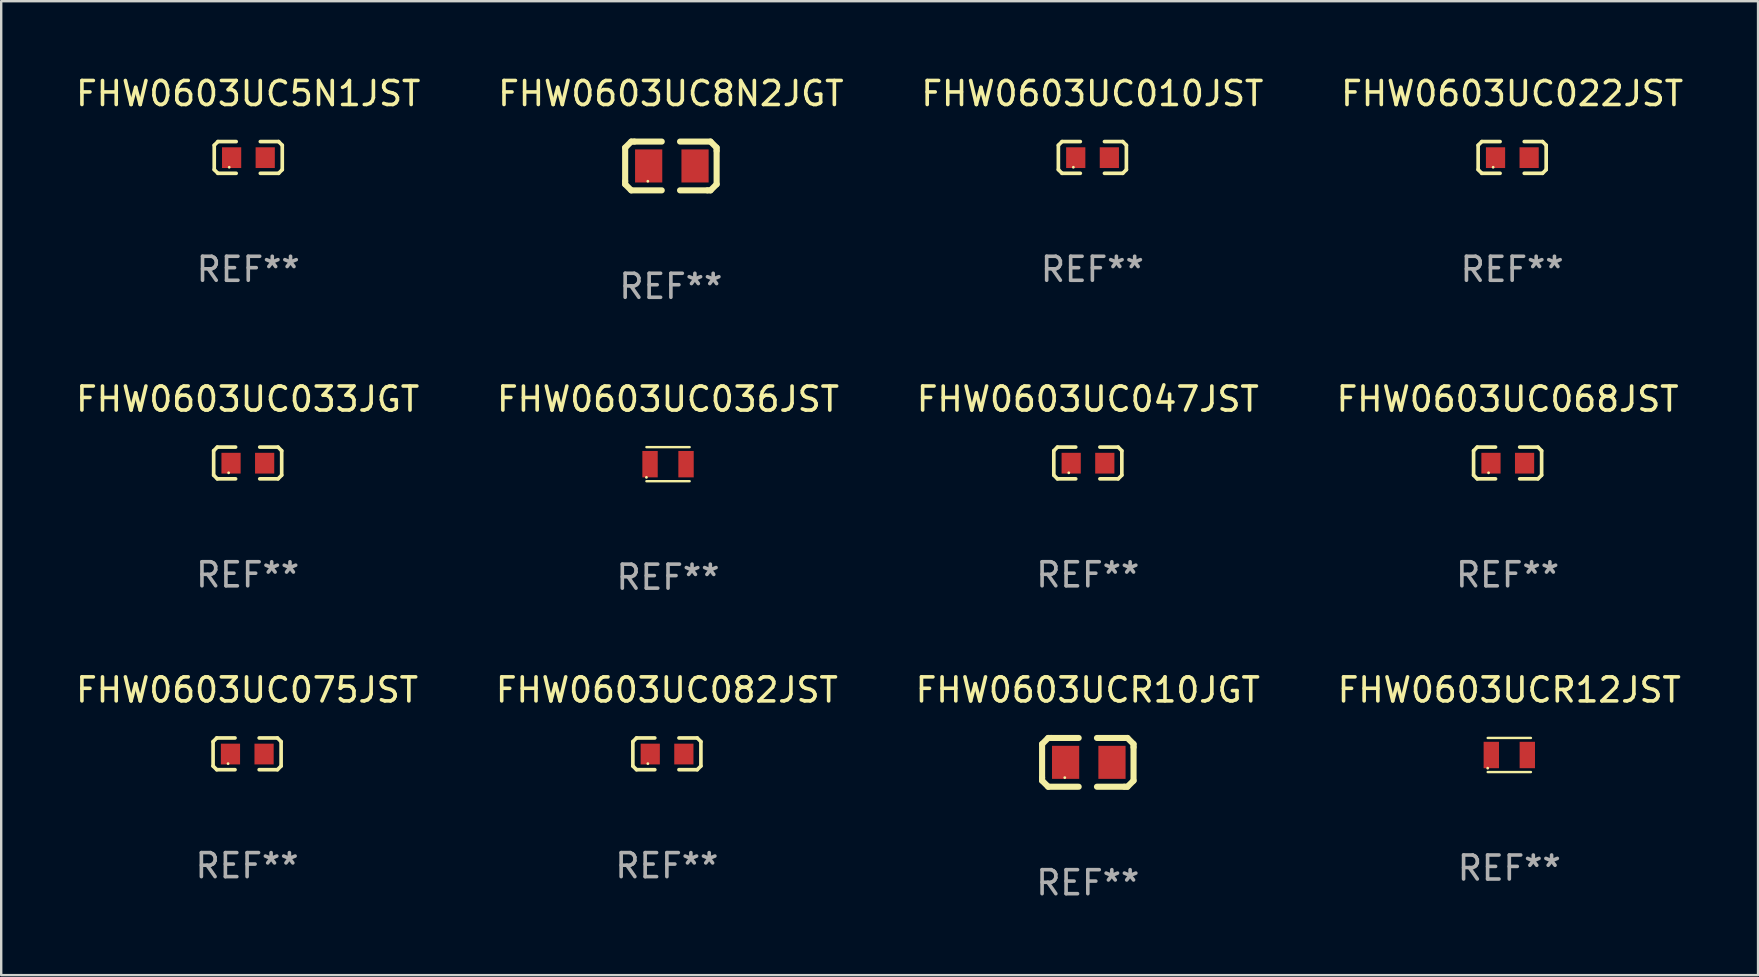
<source format=kicad_pcb>
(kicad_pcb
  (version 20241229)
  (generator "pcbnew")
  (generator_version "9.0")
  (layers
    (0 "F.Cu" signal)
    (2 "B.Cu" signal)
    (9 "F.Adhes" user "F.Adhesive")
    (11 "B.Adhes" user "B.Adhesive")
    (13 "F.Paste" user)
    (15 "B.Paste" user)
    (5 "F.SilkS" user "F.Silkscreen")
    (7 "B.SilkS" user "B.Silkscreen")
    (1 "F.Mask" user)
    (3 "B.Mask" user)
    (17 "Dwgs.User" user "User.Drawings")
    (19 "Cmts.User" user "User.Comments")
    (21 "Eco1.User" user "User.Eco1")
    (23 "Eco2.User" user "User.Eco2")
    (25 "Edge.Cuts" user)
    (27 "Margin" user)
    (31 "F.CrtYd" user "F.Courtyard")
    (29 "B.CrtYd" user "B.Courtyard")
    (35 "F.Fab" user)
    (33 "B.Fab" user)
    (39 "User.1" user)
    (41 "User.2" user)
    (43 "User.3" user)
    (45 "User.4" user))
  (footprint "FHW0603UC036JST"
    (layer "F.Cu")
    (at 24.78 16.287)
    (property "Reference" "FHW0603UC036JST" (at 0 -2.71 0) (layer "F.SilkS") (effects (font (size 1 1) (thickness 0.15))))
    (attr through_hole)
    (fp_line (start -0.9 -0.71) (end 0.9 -0.71) (stroke (width 0.1) (type solid)) (layer "F.SilkS"))
    (fp_line (start 0.9 0.71) (end -0.9 0.71) (stroke (width 0.1) (type solid)) (layer "F.SilkS"))
    (fp_circle (center -0.9 0.55) (end -0.87 0.55) (stroke (width 0.06) (type solid)) (fill no) (layer "F.SilkS"))
    (fp_text user "REF**" (at 0 4.71 0) (layer "F.Fab") (effects (font (size 1 1) (thickness 0.15))))
    (pad "1" smd rect (at -0.75 0) (size 0.64 1.1) (layers "F.Cu" "F.Mask" "F.Paste"))
    (pad "2" smd rect (at 0.75 0) (size 0.64 1.1) (layers "F.Cu" "F.Mask" "F.Paste")))
  (footprint "FHW0603UC010JST"
    (layer "F.Cu")
    (at 42.458 3.509)
    (property "Reference" "FHW0603UC010JST" (at 0 -2.661 0) (layer "F.SilkS") (effects (font (size 1 1) (thickness 0.15))))
    (attr through_hole)
    (fp_line (start -1.417 -0.508) (end -1.265 -0.661) (stroke (width 0.152) (type solid)) (layer "F.SilkS"))
    (fp_line (start -1.417 0.508) (end -1.417 -0.508) (stroke (width 0.152) (type solid)) (layer "F.SilkS"))
    (fp_line (start -1.265 -0.661) (end -0.503 -0.661) (stroke (width 0.152) (type solid)) (layer "F.SilkS"))
    (fp_line (start -1.265 0.661) (end -1.417 0.508) (stroke (width 0.152) (type solid)) (layer "F.SilkS"))
    (fp_line (start -1.265 0.661) (end -0.503 0.661) (stroke (width 0.152) (type solid)) (layer "F.SilkS"))
    (fp_line (start 1.265 -0.661) (end 0.503 -0.661) (stroke (width 0.152) (type solid)) (layer "F.SilkS"))
    (fp_line (start 1.265 -0.661) (end 1.417 -0.508) (stroke (width 0.152) (type solid)) (layer "F.SilkS"))
    (fp_line (start 1.265 0.661) (end 0.503 0.661) (stroke (width 0.152) (type solid)) (layer "F.SilkS"))
    (fp_line (start 1.417 -0.508) (end 1.417 0.508) (stroke (width 0.152) (type solid)) (layer "F.SilkS"))
    (fp_line (start 1.417 0.508) (end 1.265 0.661) (stroke (width 0.152) (type solid)) (layer "F.SilkS"))
    (fp_circle (center -0.793 0.409) (end -0.763 0.409) (stroke (width 0.06) (type solid)) (fill no) (layer "F.SilkS"))
    (fp_text user "REF**" (at 0 4.661 0) (layer "F.Fab") (effects (font (size 1 1) (thickness 0.15))))
    (pad "1" smd rect (at -0.693 0.009 180) (size 0.8 0.864) (layers "F.Cu" "F.Mask" "F.Paste"))
    (pad "2" smd rect (at 0.707 0.009 180) (size 0.8 0.864) (layers "F.Cu" "F.Mask" "F.Paste")))
  (footprint "FHW0603UC033JGT"
    (layer "F.Cu")
    (at 7.268 16.237)
    (property "Reference" "FHW0603UC033JGT" (at 0 -2.661 0) (layer "F.SilkS") (effects (font (size 1 1) (thickness 0.15))))
    (attr through_hole)
    (fp_line (start -1.417 -0.508) (end -1.265 -0.661) (stroke (width 0.152) (type solid)) (layer "F.SilkS"))
    (fp_line (start -1.417 0.508) (end -1.417 -0.508) (stroke (width 0.152) (type solid)) (layer "F.SilkS"))
    (fp_line (start -1.265 -0.661) (end -0.503 -0.661) (stroke (width 0.152) (type solid)) (layer "F.SilkS"))
    (fp_line (start -1.265 0.661) (end -1.417 0.508) (stroke (width 0.152) (type solid)) (layer "F.SilkS"))
    (fp_line (start -1.265 0.661) (end -0.503 0.661) (stroke (width 0.152) (type solid)) (layer "F.SilkS"))
    (fp_line (start 1.265 -0.661) (end 0.503 -0.661) (stroke (width 0.152) (type solid)) (layer "F.SilkS"))
    (fp_line (start 1.265 -0.661) (end 1.417 -0.508) (stroke (width 0.152) (type solid)) (layer "F.SilkS"))
    (fp_line (start 1.265 0.661) (end 0.503 0.661) (stroke (width 0.152) (type solid)) (layer "F.SilkS"))
    (fp_line (start 1.417 -0.508) (end 1.417 0.508) (stroke (width 0.152) (type solid)) (layer "F.SilkS"))
    (fp_line (start 1.417 0.508) (end 1.265 0.661) (stroke (width 0.152) (type solid)) (layer "F.SilkS"))
    (fp_circle (center -0.793 0.409) (end -0.763 0.409) (stroke (width 0.06) (type solid)) (fill no) (layer "F.SilkS"))
    (fp_text user "REF**" (at 0 4.661 0) (layer "F.Fab") (effects (font (size 1 1) (thickness 0.15))))
    (pad "1" smd rect (at -0.693 0.009 180) (size 0.8 0.864) (layers "F.Cu" "F.Mask" "F.Paste"))
    (pad "2" smd rect (at 0.707 0.009 180) (size 0.8 0.864) (layers "F.Cu" "F.Mask" "F.Paste")))
  (footprint "FHW0603UC075JST"
    (layer "F.Cu")
    (at 7.244 28.354)
    (property "Reference" "FHW0603UC075JST" (at 0 -2.661 0) (layer "F.SilkS") (effects (font (size 1 1) (thickness 0.15))))
    (attr through_hole)
    (fp_line (start -1.417 -0.508) (end -1.265 -0.661) (stroke (width 0.152) (type solid)) (layer "F.SilkS"))
    (fp_line (start -1.417 0.508) (end -1.417 -0.508) (stroke (width 0.152) (type solid)) (layer "F.SilkS"))
    (fp_line (start -1.265 -0.661) (end -0.503 -0.661) (stroke (width 0.152) (type solid)) (layer "F.SilkS"))
    (fp_line (start -1.265 0.661) (end -1.417 0.508) (stroke (width 0.152) (type solid)) (layer "F.SilkS"))
    (fp_line (start -1.265 0.661) (end -0.503 0.661) (stroke (width 0.152) (type solid)) (layer "F.SilkS"))
    (fp_line (start 1.265 -0.661) (end 0.503 -0.661) (stroke (width 0.152) (type solid)) (layer "F.SilkS"))
    (fp_line (start 1.265 -0.661) (end 1.417 -0.508) (stroke (width 0.152) (type solid)) (layer "F.SilkS"))
    (fp_line (start 1.265 0.661) (end 0.503 0.661) (stroke (width 0.152) (type solid)) (layer "F.SilkS"))
    (fp_line (start 1.417 -0.508) (end 1.417 0.508) (stroke (width 0.152) (type solid)) (layer "F.SilkS"))
    (fp_line (start 1.417 0.508) (end 1.265 0.661) (stroke (width 0.152) (type solid)) (layer "F.SilkS"))
    (fp_circle (center -0.793 0.409) (end -0.763 0.409) (stroke (width 0.06) (type solid)) (fill no) (layer "F.SilkS"))
    (fp_text user "REF**" (at 0 4.661 0) (layer "F.Fab") (effects (font (size 1 1) (thickness 0.15))))
    (pad "1" smd rect (at -0.693 0.009 180) (size 0.8 0.864) (layers "F.Cu" "F.Mask" "F.Paste"))
    (pad "2" smd rect (at 0.707 0.009 180) (size 0.8 0.864) (layers "F.Cu" "F.Mask" "F.Paste")))
  (footprint "FHW0603UC5N1JST"
    (layer "F.Cu")
    (at 7.292 3.509)
    (property "Reference" "FHW0603UC5N1JST" (at 0 -2.661 0) (layer "F.SilkS") (effects (font (size 1 1) (thickness 0.15))))
    (attr through_hole)
    (fp_line (start -1.417 -0.508) (end -1.265 -0.661) (stroke (width 0.152) (type solid)) (layer "F.SilkS"))
    (fp_line (start -1.417 0.508) (end -1.417 -0.508) (stroke (width 0.152) (type solid)) (layer "F.SilkS"))
    (fp_line (start -1.265 -0.661) (end -0.503 -0.661) (stroke (width 0.152) (type solid)) (layer "F.SilkS"))
    (fp_line (start -1.265 0.661) (end -1.417 0.508) (stroke (width 0.152) (type solid)) (layer "F.SilkS"))
    (fp_line (start -1.265 0.661) (end -0.503 0.661) (stroke (width 0.152) (type solid)) (layer "F.SilkS"))
    (fp_line (start 1.265 -0.661) (end 0.503 -0.661) (stroke (width 0.152) (type solid)) (layer "F.SilkS"))
    (fp_line (start 1.265 -0.661) (end 1.417 -0.508) (stroke (width 0.152) (type solid)) (layer "F.SilkS"))
    (fp_line (start 1.265 0.661) (end 0.503 0.661) (stroke (width 0.152) (type solid)) (layer "F.SilkS"))
    (fp_line (start 1.417 -0.508) (end 1.417 0.508) (stroke (width 0.152) (type solid)) (layer "F.SilkS"))
    (fp_line (start 1.417 0.508) (end 1.265 0.661) (stroke (width 0.152) (type solid)) (layer "F.SilkS"))
    (fp_circle (center -0.793 0.409) (end -0.763 0.409) (stroke (width 0.06) (type solid)) (fill no) (layer "F.SilkS"))
    (fp_text user "REF**" (at 0 4.661 0) (layer "F.Fab") (effects (font (size 1 1) (thickness 0.15))))
    (pad "1" smd rect (at -0.693 0.009 180) (size 0.8 0.864) (layers "F.Cu" "F.Mask" "F.Paste"))
    (pad "2" smd rect (at 0.707 0.009 180) (size 0.8 0.864) (layers "F.Cu" "F.Mask" "F.Paste")))
  (footprint "FHW0603UC8N2JGT"
    (layer "F.Cu")
    (at 24.899 3.864)
    (property "Reference" "FHW0603UC8N2JGT" (at 0 -3.016 0) (layer "F.SilkS") (effects (font (size 1 1) (thickness 0.15))))
    (attr through_hole)
    (fp_line (start -1.905 -0.762) (end -1.905 0.635) (stroke (width 0.254) (type solid)) (layer "F.SilkS"))
    (fp_line (start -1.905 0.635) (end -1.905 0.762) (stroke (width 0.254) (type solid)) (layer "F.SilkS"))
    (fp_line (start -1.905 0.762) (end -1.651 1.016) (stroke (width 0.254) (type solid)) (layer "F.SilkS"))
    (fp_line (start -1.651 -1.016) (end -1.905 -0.762) (stroke (width 0.254) (type solid)) (layer "F.SilkS"))
    (fp_line (start -1.651 1.016) (end -0.381 1.016) (stroke (width 0.254) (type solid)) (layer "F.SilkS"))
    (fp_line (start -1.524 -1.016) (end -1.651 -1.016) (stroke (width 0.254) (type solid)) (layer "F.SilkS"))
    (fp_line (start -0.381 -1.016) (end -1.524 -1.016) (stroke (width 0.254) (type solid)) (layer "F.SilkS"))
    (fp_line (start 0.381 1.016) (end 1.524 1.016) (stroke (width 0.254) (type solid)) (layer "F.SilkS"))
    (fp_line (start 1.524 1.016) (end 1.651 1.016) (stroke (width 0.254) (type solid)) (layer "F.SilkS"))
    (fp_line (start 1.651 -1.016) (end 0.381 -1.016) (stroke (width 0.254) (type solid)) (layer "F.SilkS"))
    (fp_line (start 1.651 1.016) (end 1.905 0.762) (stroke (width 0.254) (type solid)) (layer "F.SilkS"))
    (fp_line (start 1.905 -0.762) (end 1.651 -1.016) (stroke (width 0.254) (type solid)) (layer "F.SilkS"))
    (fp_line (start 1.905 -0.635) (end 1.905 -0.762) (stroke (width 0.254) (type solid)) (layer "F.SilkS"))
    (fp_line (start 1.905 0.762) (end 1.905 -0.635) (stroke (width 0.254) (type solid)) (layer "F.SilkS"))
    (fp_circle (center -0.96 0.637) (end -0.93 0.637) (stroke (width 0.06) (type solid)) (fill no) (layer "F.SilkS"))
    (fp_text user "REF**" (at 0 5.016 0) (layer "F.Fab") (effects (font (size 1 1) (thickness 0.15))))
    (pad "1" smd rect (at -0.926 -0.000051) (size 1.133 1.377) (layers "F.Cu" "F.Mask" "F.Paste"))
    (pad "2" smd rect (at 1.006 -0.000051) (size 1.133 1.377) (layers "F.Cu" "F.Mask" "F.Paste")))
  (footprint "FHW0603UCR10JGT"
    (layer "F.Cu")
    (at 42.268 28.709)
    (property "Reference" "FHW0603UCR10JGT" (at 0 -3.016 0) (layer "F.SilkS") (effects (font (size 1 1) (thickness 0.15))))
    (attr through_hole)
    (fp_line (start -1.905 -0.762) (end -1.905 0.635) (stroke (width 0.254) (type solid)) (layer "F.SilkS"))
    (fp_line (start -1.905 0.635) (end -1.905 0.762) (stroke (width 0.254) (type solid)) (layer "F.SilkS"))
    (fp_line (start -1.905 0.762) (end -1.651 1.016) (stroke (width 0.254) (type solid)) (layer "F.SilkS"))
    (fp_line (start -1.651 -1.016) (end -1.905 -0.762) (stroke (width 0.254) (type solid)) (layer "F.SilkS"))
    (fp_line (start -1.651 1.016) (end -0.381 1.016) (stroke (width 0.254) (type solid)) (layer "F.SilkS"))
    (fp_line (start -1.524 -1.016) (end -1.651 -1.016) (stroke (width 0.254) (type solid)) (layer "F.SilkS"))
    (fp_line (start -0.381 -1.016) (end -1.524 -1.016) (stroke (width 0.254) (type solid)) (layer "F.SilkS"))
    (fp_line (start 0.381 1.016) (end 1.524 1.016) (stroke (width 0.254) (type solid)) (layer "F.SilkS"))
    (fp_line (start 1.524 1.016) (end 1.651 1.016) (stroke (width 0.254) (type solid)) (layer "F.SilkS"))
    (fp_line (start 1.651 -1.016) (end 0.381 -1.016) (stroke (width 0.254) (type solid)) (layer "F.SilkS"))
    (fp_line (start 1.651 1.016) (end 1.905 0.762) (stroke (width 0.254) (type solid)) (layer "F.SilkS"))
    (fp_line (start 1.905 -0.762) (end 1.651 -1.016) (stroke (width 0.254) (type solid)) (layer "F.SilkS"))
    (fp_line (start 1.905 -0.635) (end 1.905 -0.762) (stroke (width 0.254) (type solid)) (layer "F.SilkS"))
    (fp_line (start 1.905 0.762) (end 1.905 -0.635) (stroke (width 0.254) (type solid)) (layer "F.SilkS"))
    (fp_circle (center -0.96 0.637) (end -0.93 0.637) (stroke (width 0.06) (type solid)) (fill no) (layer "F.SilkS"))
    (fp_text user "REF**" (at 0 5.016 0) (layer "F.Fab") (effects (font (size 1 1) (thickness 0.15))))
    (pad "1" smd rect (at -0.926 -0.000051) (size 1.133 1.377) (layers "F.Cu" "F.Mask" "F.Paste"))
    (pad "2" smd rect (at 1.006 -0.000051) (size 1.133 1.377) (layers "F.Cu" "F.Mask" "F.Paste")))
  (footprint "FHW0603UC068JST"
    (layer "F.Cu")
    (at 59.756 16.237)
    (property "Reference" "FHW0603UC068JST" (at 0 -2.661 0) (layer "F.SilkS") (effects (font (size 1 1) (thickness 0.15))))
    (attr through_hole)
    (fp_line (start -1.417 -0.508) (end -1.265 -0.661) (stroke (width 0.152) (type solid)) (layer "F.SilkS"))
    (fp_line (start -1.417 0.508) (end -1.417 -0.508) (stroke (width 0.152) (type solid)) (layer "F.SilkS"))
    (fp_line (start -1.265 -0.661) (end -0.503 -0.661) (stroke (width 0.152) (type solid)) (layer "F.SilkS"))
    (fp_line (start -1.265 0.661) (end -1.417 0.508) (stroke (width 0.152) (type solid)) (layer "F.SilkS"))
    (fp_line (start -1.265 0.661) (end -0.503 0.661) (stroke (width 0.152) (type solid)) (layer "F.SilkS"))
    (fp_line (start 1.265 -0.661) (end 0.503 -0.661) (stroke (width 0.152) (type solid)) (layer "F.SilkS"))
    (fp_line (start 1.265 -0.661) (end 1.417 -0.508) (stroke (width 0.152) (type solid)) (layer "F.SilkS"))
    (fp_line (start 1.265 0.661) (end 0.503 0.661) (stroke (width 0.152) (type solid)) (layer "F.SilkS"))
    (fp_line (start 1.417 -0.508) (end 1.417 0.508) (stroke (width 0.152) (type solid)) (layer "F.SilkS"))
    (fp_line (start 1.417 0.508) (end 1.265 0.661) (stroke (width 0.152) (type solid)) (layer "F.SilkS"))
    (fp_circle (center -0.793 0.409) (end -0.763 0.409) (stroke (width 0.06) (type solid)) (fill no) (layer "F.SilkS"))
    (fp_text user "REF**" (at 0 4.661 0) (layer "F.Fab") (effects (font (size 1 1) (thickness 0.15))))
    (pad "1" smd rect (at -0.693 0.009 180) (size 0.8 0.864) (layers "F.Cu" "F.Mask" "F.Paste"))
    (pad "2" smd rect (at 0.707 0.009 180) (size 0.8 0.864) (layers "F.Cu" "F.Mask" "F.Paste")))
  (footprint "FHW0603UC047JST"
    (layer "F.Cu")
    (at 42.268 16.237)
    (property "Reference" "FHW0603UC047JST" (at 0 -2.661 0) (layer "F.SilkS") (effects (font (size 1 1) (thickness 0.15))))
    (attr through_hole)
    (fp_line (start -1.417 -0.508) (end -1.265 -0.661) (stroke (width 0.152) (type solid)) (layer "F.SilkS"))
    (fp_line (start -1.417 0.508) (end -1.417 -0.508) (stroke (width 0.152) (type solid)) (layer "F.SilkS"))
    (fp_line (start -1.265 -0.661) (end -0.503 -0.661) (stroke (width 0.152) (type solid)) (layer "F.SilkS"))
    (fp_line (start -1.265 0.661) (end -1.417 0.508) (stroke (width 0.152) (type solid)) (layer "F.SilkS"))
    (fp_line (start -1.265 0.661) (end -0.503 0.661) (stroke (width 0.152) (type solid)) (layer "F.SilkS"))
    (fp_line (start 1.265 -0.661) (end 0.503 -0.661) (stroke (width 0.152) (type solid)) (layer "F.SilkS"))
    (fp_line (start 1.265 -0.661) (end 1.417 -0.508) (stroke (width 0.152) (type solid)) (layer "F.SilkS"))
    (fp_line (start 1.265 0.661) (end 0.503 0.661) (stroke (width 0.152) (type solid)) (layer "F.SilkS"))
    (fp_line (start 1.417 -0.508) (end 1.417 0.508) (stroke (width 0.152) (type solid)) (layer "F.SilkS"))
    (fp_line (start 1.417 0.508) (end 1.265 0.661) (stroke (width 0.152) (type solid)) (layer "F.SilkS"))
    (fp_circle (center -0.793 0.409) (end -0.763 0.409) (stroke (width 0.06) (type solid)) (fill no) (layer "F.SilkS"))
    (fp_text user "REF**" (at 0 4.661 0) (layer "F.Fab") (effects (font (size 1 1) (thickness 0.15))))
    (pad "1" smd rect (at -0.693 0.009 180) (size 0.8 0.864) (layers "F.Cu" "F.Mask" "F.Paste"))
    (pad "2" smd rect (at 0.707 0.009 180) (size 0.8 0.864) (layers "F.Cu" "F.Mask" "F.Paste")))
  (footprint "FHW0603UCR12JST"
    (layer "F.Cu")
    (at 59.827 28.403)
    (property "Reference" "FHW0603UCR12JST" (at 0 -2.71 0) (layer "F.SilkS") (effects (font (size 1 1) (thickness 0.15))))
    (attr through_hole)
    (fp_line (start -0.9 -0.71) (end 0.9 -0.71) (stroke (width 0.1) (type solid)) (layer "F.SilkS"))
    (fp_line (start 0.9 0.71) (end -0.9 0.71) (stroke (width 0.1) (type solid)) (layer "F.SilkS"))
    (fp_circle (center -0.9 0.55) (end -0.87 0.55) (stroke (width 0.06) (type solid)) (fill no) (layer "F.SilkS"))
    (fp_text user "REF**" (at 0 4.71 0) (layer "F.Fab") (effects (font (size 1 1) (thickness 0.15))))
    (pad "1" smd rect (at -0.75 0) (size 0.64 1.1) (layers "F.Cu" "F.Mask" "F.Paste"))
    (pad "2" smd rect (at 0.75 0) (size 0.64 1.1) (layers "F.Cu" "F.Mask" "F.Paste")))
  (footprint "FHW0603UC082JST"
    (layer "F.Cu")
    (at 24.732 28.354)
    (property "Reference" "FHW0603UC082JST" (at 0 -2.661 0) (layer "F.SilkS") (effects (font (size 1 1) (thickness 0.15))))
    (attr through_hole)
    (fp_line (start -1.417 -0.508) (end -1.265 -0.661) (stroke (width 0.152) (type solid)) (layer "F.SilkS"))
    (fp_line (start -1.417 0.508) (end -1.417 -0.508) (stroke (width 0.152) (type solid)) (layer "F.SilkS"))
    (fp_line (start -1.265 -0.661) (end -0.503 -0.661) (stroke (width 0.152) (type solid)) (layer "F.SilkS"))
    (fp_line (start -1.265 0.661) (end -1.417 0.508) (stroke (width 0.152) (type solid)) (layer "F.SilkS"))
    (fp_line (start -1.265 0.661) (end -0.503 0.661) (stroke (width 0.152) (type solid)) (layer "F.SilkS"))
    (fp_line (start 1.265 -0.661) (end 0.503 -0.661) (stroke (width 0.152) (type solid)) (layer "F.SilkS"))
    (fp_line (start 1.265 -0.661) (end 1.417 -0.508) (stroke (width 0.152) (type solid)) (layer "F.SilkS"))
    (fp_line (start 1.265 0.661) (end 0.503 0.661) (stroke (width 0.152) (type solid)) (layer "F.SilkS"))
    (fp_line (start 1.417 -0.508) (end 1.417 0.508) (stroke (width 0.152) (type solid)) (layer "F.SilkS"))
    (fp_line (start 1.417 0.508) (end 1.265 0.661) (stroke (width 0.152) (type solid)) (layer "F.SilkS"))
    (fp_circle (center -0.793 0.409) (end -0.763 0.409) (stroke (width 0.06) (type solid)) (fill no) (layer "F.SilkS"))
    (fp_text user "REF**" (at 0 4.661 0) (layer "F.Fab") (effects (font (size 1 1) (thickness 0.15))))
    (pad "1" smd rect (at -0.693 0.009 180) (size 0.8 0.864) (layers "F.Cu" "F.Mask" "F.Paste"))
    (pad "2" smd rect (at 0.707 0.009 180) (size 0.8 0.864) (layers "F.Cu" "F.Mask" "F.Paste")))
  (footprint "FHW0603UC022JST"
    (layer "F.Cu")
    (at 59.946 3.509)
    (property "Reference" "FHW0603UC022JST" (at 0 -2.661 0) (layer "F.SilkS") (effects (font (size 1 1) (thickness 0.15))))
    (attr through_hole)
    (fp_line (start -1.417 -0.508) (end -1.265 -0.661) (stroke (width 0.152) (type solid)) (layer "F.SilkS"))
    (fp_line (start -1.417 0.508) (end -1.417 -0.508) (stroke (width 0.152) (type solid)) (layer "F.SilkS"))
    (fp_line (start -1.265 -0.661) (end -0.503 -0.661) (stroke (width 0.152) (type solid)) (layer "F.SilkS"))
    (fp_line (start -1.265 0.661) (end -1.417 0.508) (stroke (width 0.152) (type solid)) (layer "F.SilkS"))
    (fp_line (start -1.265 0.661) (end -0.503 0.661) (stroke (width 0.152) (type solid)) (layer "F.SilkS"))
    (fp_line (start 1.265 -0.661) (end 0.503 -0.661) (stroke (width 0.152) (type solid)) (layer "F.SilkS"))
    (fp_line (start 1.265 -0.661) (end 1.417 -0.508) (stroke (width 0.152) (type solid)) (layer "F.SilkS"))
    (fp_line (start 1.265 0.661) (end 0.503 0.661) (stroke (width 0.152) (type solid)) (layer "F.SilkS"))
    (fp_line (start 1.417 -0.508) (end 1.417 0.508) (stroke (width 0.152) (type solid)) (layer "F.SilkS"))
    (fp_line (start 1.417 0.508) (end 1.265 0.661) (stroke (width 0.152) (type solid)) (layer "F.SilkS"))
    (fp_circle (center -0.793 0.409) (end -0.763 0.409) (stroke (width 0.06) (type solid)) (fill no) (layer "F.SilkS"))
    (fp_text user "REF**" (at 0 4.661 0) (layer "F.Fab") (effects (font (size 1 1) (thickness 0.15))))
    (pad "1" smd rect (at -0.693 0.009 180) (size 0.8 0.864) (layers "F.Cu" "F.Mask" "F.Paste"))
    (pad "2" smd rect (at 0.707 0.009 180) (size 0.8 0.864) (layers "F.Cu" "F.Mask" "F.Paste")))
  (gr_rect
    (start -3 -3)
    (end 70.19 37.574)
    (stroke (width 0.1) (type default))
    (fill no)
    (layer "Edge.Cuts")))
</source>
